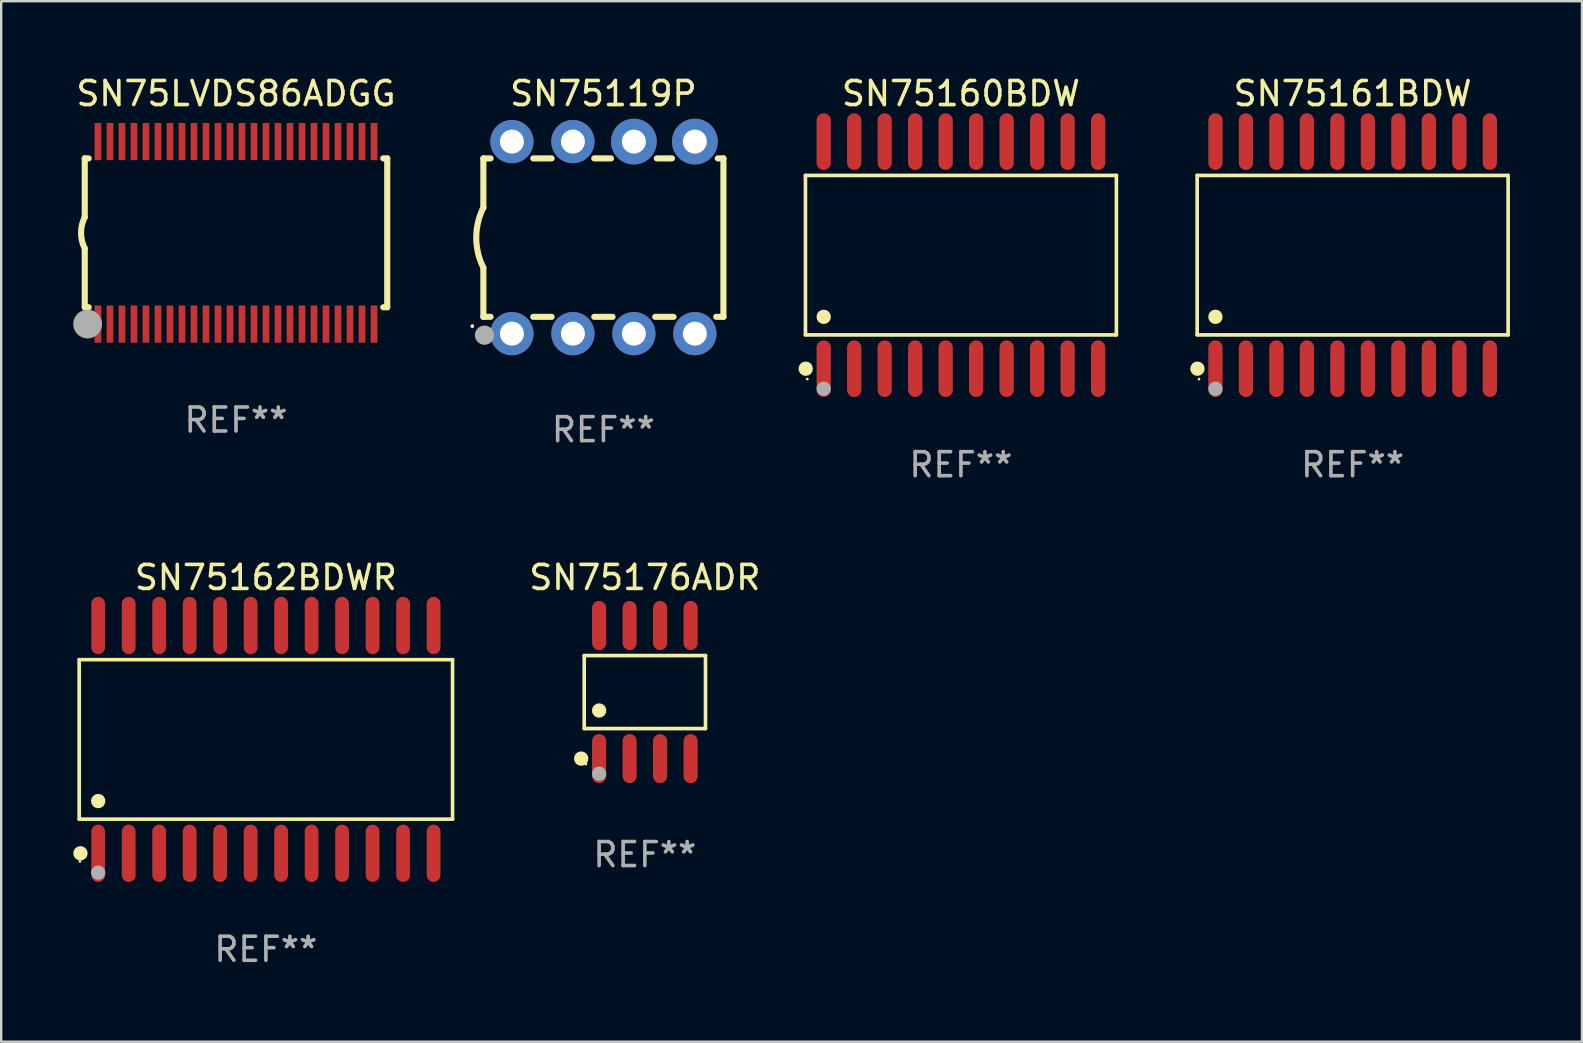
<source format=kicad_pcb>
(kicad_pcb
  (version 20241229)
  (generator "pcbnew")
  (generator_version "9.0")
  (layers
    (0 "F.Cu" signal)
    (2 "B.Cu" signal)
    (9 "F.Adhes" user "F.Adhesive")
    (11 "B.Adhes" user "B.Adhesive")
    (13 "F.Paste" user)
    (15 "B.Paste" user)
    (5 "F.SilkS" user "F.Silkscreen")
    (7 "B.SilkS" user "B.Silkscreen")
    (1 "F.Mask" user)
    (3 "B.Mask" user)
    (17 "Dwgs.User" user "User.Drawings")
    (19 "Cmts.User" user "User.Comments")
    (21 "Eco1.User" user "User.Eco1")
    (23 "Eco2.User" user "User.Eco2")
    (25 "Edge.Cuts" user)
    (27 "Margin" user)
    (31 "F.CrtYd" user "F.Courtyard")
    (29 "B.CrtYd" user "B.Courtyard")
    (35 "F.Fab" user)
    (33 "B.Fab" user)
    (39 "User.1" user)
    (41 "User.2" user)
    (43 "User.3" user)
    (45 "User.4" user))
  (footprint "SN75160BDW"
    (layer "F.Cu")
    (at 36.976 7.578)
    (property "Reference" "SN75160BDW" (at 0 -6.73 0) (layer "F.SilkS") (effects (font (size 1 1) (thickness 0.15))))
    (attr through_hole)
    (fp_line (start -6.476 -3.321) (end 6.476 -3.321) (stroke (width 0.152) (type solid)) (layer "F.SilkS"))
    (fp_line (start -6.476 3.321) (end -6.476 -3.321) (stroke (width 0.152) (type solid)) (layer "F.SilkS"))
    (fp_line (start 6.476 -3.321) (end 6.476 3.321) (stroke (width 0.152) (type solid)) (layer "F.SilkS"))
    (fp_line (start 6.476 3.321) (end -6.476 3.321) (stroke (width 0.152) (type solid)) (layer "F.SilkS"))
    (fp_circle (center -6.465 4.73) (end -6.315 4.73) (stroke (width 0.3) (type solid)) (fill no) (layer "F.SilkS"))
    (fp_circle (center -6.4 5.163) (end -6.37 5.163) (stroke (width 0.06) (type solid)) (fill no) (layer "F.SilkS"))
    (fp_circle (center -5.715 2.569) (end -5.565 2.569) (stroke (width 0.3) (type solid)) (fill no) (layer "F.SilkS"))
    (fp_circle (center -5.715 5.563) (end -5.565 5.563) (stroke (width 0.3) (type solid)) (fill no) (layer "F.Fab"))
    (fp_text user "REF**" (at 0 8.73 0) (layer "F.Fab") (effects (font (size 1 1) (thickness 0.15))))
    (pad "1" smd oval (at -5.715 4.73) (size 0.595 2.36) (layers "F.Cu" "F.Mask" "F.Paste"))
    (pad "2" smd oval (at -4.445 4.73) (size 0.595 2.36) (layers "F.Cu" "F.Mask" "F.Paste"))
    (pad "3" smd oval (at -3.175 4.73) (size 0.595 2.36) (layers "F.Cu" "F.Mask" "F.Paste"))
    (pad "4" smd oval (at -1.905 4.73) (size 0.595 2.36) (layers "F.Cu" "F.Mask" "F.Paste"))
    (pad "5" smd oval (at -0.635 4.73) (size 0.595 2.36) (layers "F.Cu" "F.Mask" "F.Paste"))
    (pad "6" smd oval (at 0.635 4.73) (size 0.595 2.36) (layers "F.Cu" "F.Mask" "F.Paste"))
    (pad "7" smd oval (at 1.905 4.73) (size 0.595 2.36) (layers "F.Cu" "F.Mask" "F.Paste"))
    (pad "8" smd oval (at 3.175 4.73) (size 0.595 2.36) (layers "F.Cu" "F.Mask" "F.Paste"))
    (pad "9" smd oval (at 4.445 4.73) (size 0.595 2.36) (layers "F.Cu" "F.Mask" "F.Paste"))
    (pad "10" smd oval (at 5.715 4.73) (size 0.595 2.36) (layers "F.Cu" "F.Mask" "F.Paste"))
    (pad "11" smd oval (at 5.715 -4.73) (size 0.595 2.36) (layers "F.Cu" "F.Mask" "F.Paste"))
    (pad "12" smd oval (at 4.445 -4.73) (size 0.595 2.36) (layers "F.Cu" "F.Mask" "F.Paste"))
    (pad "13" smd oval (at 3.175 -4.73) (size 0.595 2.36) (layers "F.Cu" "F.Mask" "F.Paste"))
    (pad "14" smd oval (at 1.905 -4.73) (size 0.595 2.36) (layers "F.Cu" "F.Mask" "F.Paste"))
    (pad "15" smd oval (at 0.635 -4.73) (size 0.595 2.36) (layers "F.Cu" "F.Mask" "F.Paste"))
    (pad "16" smd oval (at -0.635 -4.73) (size 0.595 2.36) (layers "F.Cu" "F.Mask" "F.Paste"))
    (pad "17" smd oval (at -1.905 -4.73) (size 0.595 2.36) (layers "F.Cu" "F.Mask" "F.Paste"))
    (pad "18" smd oval (at -3.175 -4.73) (size 0.595 2.36) (layers "F.Cu" "F.Mask" "F.Paste"))
    (pad "19" smd oval (at -4.445 -4.73) (size 0.595 2.36) (layers "F.Cu" "F.Mask" "F.Paste"))
    (pad "20" smd oval (at -5.715 -4.73) (size 0.595 2.36) (layers "F.Cu" "F.Mask" "F.Paste")))
  (footprint "SN75119P"
    (layer "F.Cu")
    (at 22.084 6.848)
    (property "Reference" "SN75119P" (at 0 -6 0) (layer "F.SilkS") (effects (font (size 1 1) (thickness 0.15))))
    (attr through_hole)
    (fp_line (start -5 -3.3) (end -5 -1.25) (stroke (width 0.254) (type solid)) (layer "F.SilkS"))
    (fp_line (start -5 -3.3) (end -4.698 -3.3) (stroke (width 0.254) (type solid)) (layer "F.SilkS"))
    (fp_line (start -5 3.3) (end -5 1.25) (stroke (width 0.254) (type solid)) (layer "F.SilkS"))
    (fp_line (start -5 3.3) (end -4.698 3.3) (stroke (width 0.254) (type solid)) (layer "F.SilkS"))
    (fp_line (start -2.922 -3.3) (end -2.158 -3.3) (stroke (width 0.254) (type solid)) (layer "F.SilkS"))
    (fp_line (start -2.922 3.3) (end -2.158 3.3) (stroke (width 0.254) (type solid)) (layer "F.SilkS"))
    (fp_line (start -0.382 -3.3) (end 0.316 -3.3) (stroke (width 0.254) (type solid)) (layer "F.SilkS"))
    (fp_line (start -0.382 3.3) (end 0.382 3.3) (stroke (width 0.254) (type solid)) (layer "F.SilkS"))
    (fp_line (start 2.158 3.3) (end 2.922 3.3) (stroke (width 0.254) (type solid)) (layer "F.SilkS"))
    (fp_line (start 2.224 -3.3) (end 2.856 -3.3) (stroke (width 0.254) (type solid)) (layer "F.SilkS"))
    (fp_line (start 4.698 3.3) (end 5 3.3) (stroke (width 0.254) (type solid)) (layer "F.SilkS"))
    (fp_line (start 4.764 -3.3) (end 5 -3.3) (stroke (width 0.254) (type solid)) (layer "F.SilkS"))
    (fp_line (start 5 -3.3) (end 5 3.3) (stroke (width 0.254) (type solid)) (layer "F.SilkS"))
    (fp_arc (start -5.46124 3.694259) (mid -5.461175 3.688632) (end -5.460986 3.683007) (stroke (width 0.149987) (type solid)) (layer "F.SilkS"))
    (fp_arc (start -5.00127 1.249682) (mid -5.295892 -0.000313) (end -5.000025 -1.250013) (stroke (width 0.254001) (type solid)) (layer "F.SilkS"))
    (fp_circle (center -4.795 4.237) (end -4.765 4.237) (stroke (width 0.06) (type solid)) (fill no) (layer "F.SilkS"))
    (fp_circle (center -4.953 4.064) (end -4.753 4.064) (stroke (width 0.4) (type solid)) (fill no) (layer "F.Fab"))
    (fp_text user "REF**" (at 0 8 0) (layer "F.Fab") (effects (font (size 1 1) (thickness 0.15))))
    (pad "1" thru_hole circle (at -3.81 4) (size 1.8 1.8) (drill 1) (layers "*.Cu" "*.Mask"))
    (pad "2" thru_hole circle (at -1.27 4) (size 1.8 1.8) (drill 1) (layers "*.Cu" "*.Mask"))
    (pad "3" thru_hole circle (at 1.27 4) (size 1.8 1.8) (drill 1) (layers "*.Cu" "*.Mask"))
    (pad "4" thru_hole circle (at 3.81 4) (size 1.8 1.8) (drill 1) (layers "*.Cu" "*.Mask"))
    (pad "5" thru_hole circle (at 3.81 -4) (size 1.905 1.905) (drill 1) (layers "*.Cu" "*.Mask"))
    (pad "6" thru_hole circle (at 1.27 -4) (size 1.905 1.905) (drill 1) (layers "*.Cu" "*.Mask"))
    (pad "7" thru_hole circle (at -1.27 -4) (size 1.8 1.8) (drill 1) (layers "*.Cu" "*.Mask"))
    (pad "8" thru_hole circle (at -3.81 -4) (size 1.8 1.8) (drill 1) (layers "*.Cu" "*.Mask")))
  (footprint "SN75LVDS86ADGG"
    (layer "F.Cu")
    (at 6.78 6.648)
    (property "Reference" "SN75LVDS86ADGG" (at 0 -5.8 0) (layer "F.SilkS") (effects (font (size 1 1) (thickness 0.15))))
    (attr through_hole)
    (fp_line (start -6.3 -3.1) (end -6.3 -0.65) (stroke (width 0.254) (type solid)) (layer "F.SilkS"))
    (fp_line (start -6.3 -3.1) (end -6.134 -3.1) (stroke (width 0.254) (type solid)) (layer "F.SilkS"))
    (fp_line (start -6.3 3.1) (end -6.3 0.65) (stroke (width 0.254) (type solid)) (layer "F.SilkS"))
    (fp_line (start -6.3 3.1) (end -6.134 3.1) (stroke (width 0.254) (type solid)) (layer "F.SilkS"))
    (fp_line (start 6.134 -3.1) (end 6.3 -3.1) (stroke (width 0.254) (type solid)) (layer "F.SilkS"))
    (fp_line (start 6.134 3.1) (end 6.3 3.1) (stroke (width 0.254) (type solid)) (layer "F.SilkS"))
    (fp_line (start 6.3 -3.1) (end 6.3 3.1) (stroke (width 0.254) (type solid)) (layer "F.SilkS"))
    (fp_arc (start -6.301016 0.650114) (mid -6.45413 -0.000082) (end -6.3 -0.650038) (stroke (width 0.254001) (type solid)) (layer "F.SilkS"))
    (fp_circle (center -6.35 3.81) (end -6.223 3.81) (stroke (width 0.254) (type solid)) (fill no) (layer "F.SilkS"))
    (fp_circle (center -6.25 4.05) (end -6.22 4.05) (stroke (width 0.06) (type solid)) (fill no) (layer "F.SilkS"))
    (fp_circle (center -6.18 3.8) (end -5.88 3.8) (stroke (width 0.6) (type solid)) (fill no) (layer "F.Fab"))
    (fp_text user "REF**" (at 0 7.8 0) (layer "F.Fab") (effects (font (size 1 1) (thickness 0.15))))
    (pad "1" smd rect (at -5.75 3.8) (size 0.28 1.55) (layers "F.Cu" "F.Mask" "F.Paste"))
    (pad "2" smd rect (at -5.25 3.8) (size 0.28 1.55) (layers "F.Cu" "F.Mask" "F.Paste"))
    (pad "3" smd rect (at -4.75 3.8) (size 0.28 1.55) (layers "F.Cu" "F.Mask" "F.Paste"))
    (pad "4" smd rect (at -4.25 3.8) (size 0.28 1.55) (layers "F.Cu" "F.Mask" "F.Paste"))
    (pad "5" smd rect (at -3.75 3.8) (size 0.28 1.55) (layers "F.Cu" "F.Mask" "F.Paste"))
    (pad "6" smd rect (at -3.25 3.8) (size 0.28 1.55) (layers "F.Cu" "F.Mask" "F.Paste"))
    (pad "7" smd rect (at -2.75 3.8) (size 0.28 1.55) (layers "F.Cu" "F.Mask" "F.Paste"))
    (pad "8" smd rect (at -2.25 3.8) (size 0.28 1.55) (layers "F.Cu" "F.Mask" "F.Paste"))
    (pad "9" smd rect (at -1.75 3.8) (size 0.28 1.55) (layers "F.Cu" "F.Mask" "F.Paste"))
    (pad "10" smd rect (at -1.25 3.8) (size 0.28 1.55) (layers "F.Cu" "F.Mask" "F.Paste"))
    (pad "11" smd rect (at -0.75 3.8) (size 0.28 1.55) (layers "F.Cu" "F.Mask" "F.Paste"))
    (pad "12" smd rect (at -0.25 3.8) (size 0.28 1.55) (layers "F.Cu" "F.Mask" "F.Paste"))
    (pad "13" smd rect (at 0.25 3.8) (size 0.28 1.55) (layers "F.Cu" "F.Mask" "F.Paste"))
    (pad "14" smd rect (at 0.75 3.8) (size 0.28 1.55) (layers "F.Cu" "F.Mask" "F.Paste"))
    (pad "15" smd rect (at 1.25 3.8) (size 0.28 1.55) (layers "F.Cu" "F.Mask" "F.Paste"))
    (pad "16" smd rect (at 1.75 3.8) (size 0.28 1.55) (layers "F.Cu" "F.Mask" "F.Paste"))
    (pad "17" smd rect (at 2.25 3.8) (size 0.28 1.55) (layers "F.Cu" "F.Mask" "F.Paste"))
    (pad "18" smd rect (at 2.75 3.8) (size 0.28 1.55) (layers "F.Cu" "F.Mask" "F.Paste"))
    (pad "19" smd rect (at 3.25 3.8) (size 0.28 1.55) (layers "F.Cu" "F.Mask" "F.Paste"))
    (pad "20" smd rect (at 3.75 3.8) (size 0.28 1.55) (layers "F.Cu" "F.Mask" "F.Paste"))
    (pad "21" smd rect (at 4.25 3.8) (size 0.28 1.55) (layers "F.Cu" "F.Mask" "F.Paste"))
    (pad "22" smd rect (at 4.75 3.8) (size 0.28 1.55) (layers "F.Cu" "F.Mask" "F.Paste"))
    (pad "23" smd rect (at 5.25 3.8) (size 0.28 1.55) (layers "F.Cu" "F.Mask" "F.Paste"))
    (pad "24" smd rect (at 5.75 3.8) (size 0.28 1.55) (layers "F.Cu" "F.Mask" "F.Paste"))
    (pad "25" smd rect (at 5.75 -3.8) (size 0.28 1.55) (layers "F.Cu" "F.Mask" "F.Paste"))
    (pad "26" smd rect (at 5.25 -3.8) (size 0.28 1.55) (layers "F.Cu" "F.Mask" "F.Paste"))
    (pad "27" smd rect (at 4.75 -3.8) (size 0.28 1.55) (layers "F.Cu" "F.Mask" "F.Paste"))
    (pad "28" smd rect (at 4.25 -3.8) (size 0.28 1.55) (layers "F.Cu" "F.Mask" "F.Paste"))
    (pad "29" smd rect (at 3.75 -3.8) (size 0.28 1.55) (layers "F.Cu" "F.Mask" "F.Paste"))
    (pad "30" smd rect (at 3.25 -3.8) (size 0.28 1.55) (layers "F.Cu" "F.Mask" "F.Paste"))
    (pad "31" smd rect (at 2.75 -3.8) (size 0.28 1.55) (layers "F.Cu" "F.Mask" "F.Paste"))
    (pad "32" smd rect (at 2.25 -3.8) (size 0.28 1.55) (layers "F.Cu" "F.Mask" "F.Paste"))
    (pad "33" smd rect (at 1.75 -3.8) (size 0.28 1.55) (layers "F.Cu" "F.Mask" "F.Paste"))
    (pad "34" smd rect (at 1.25 -3.8) (size 0.28 1.55) (layers "F.Cu" "F.Mask" "F.Paste"))
    (pad "35" smd rect (at 0.75 -3.8) (size 0.28 1.55) (layers "F.Cu" "F.Mask" "F.Paste"))
    (pad "36" smd rect (at 0.25 -3.8) (size 0.28 1.55) (layers "F.Cu" "F.Mask" "F.Paste"))
    (pad "37" smd rect (at -0.25 -3.8) (size 0.28 1.55) (layers "F.Cu" "F.Mask" "F.Paste"))
    (pad "38" smd rect (at -0.75 -3.8) (size 0.28 1.55) (layers "F.Cu" "F.Mask" "F.Paste"))
    (pad "39" smd rect (at -1.25 -3.8) (size 0.28 1.55) (layers "F.Cu" "F.Mask" "F.Paste"))
    (pad "40" smd rect (at -1.75 -3.8) (size 0.28 1.55) (layers "F.Cu" "F.Mask" "F.Paste"))
    (pad "41" smd rect (at -2.25 -3.8) (size 0.28 1.55) (layers "F.Cu" "F.Mask" "F.Paste"))
    (pad "42" smd rect (at -2.75 -3.8) (size 0.28 1.55) (layers "F.Cu" "F.Mask" "F.Paste"))
    (pad "43" smd rect (at -3.25 -3.8) (size 0.28 1.55) (layers "F.Cu" "F.Mask" "F.Paste"))
    (pad "44" smd rect (at -3.75 -3.8) (size 0.28 1.55) (layers "F.Cu" "F.Mask" "F.Paste"))
    (pad "45" smd rect (at -4.25 -3.8) (size 0.28 1.55) (layers "F.Cu" "F.Mask" "F.Paste"))
    (pad "46" smd rect (at -4.75 -3.8) (size 0.28 1.55) (layers "F.Cu" "F.Mask" "F.Paste"))
    (pad "47" smd rect (at -5.25 -3.8) (size 0.28 1.55) (layers "F.Cu" "F.Mask" "F.Paste"))
    (pad "48" smd rect (at -5.75 -3.8) (size 0.28 1.55) (layers "F.Cu" "F.Mask" "F.Paste")))
  (footprint "SN75176ADR"
    (layer "F.Cu")
    (at 23.811 25.777)
    (property "Reference" "SN75176ADR" (at 0 -4.772 0) (layer "F.SilkS") (effects (font (size 1 1) (thickness 0.15))))
    (attr through_hole)
    (fp_line (start -2.526 -1.521) (end 2.526 -1.521) (stroke (width 0.152) (type solid)) (layer "F.SilkS"))
    (fp_line (start -2.526 1.521) (end -2.526 -1.521) (stroke (width 0.152) (type solid)) (layer "F.SilkS"))
    (fp_line (start 2.526 -1.521) (end 2.526 1.521) (stroke (width 0.152) (type solid)) (layer "F.SilkS"))
    (fp_line (start 2.526 1.521) (end -2.526 1.521) (stroke (width 0.152) (type solid)) (layer "F.SilkS"))
    (fp_circle (center -2.652 2.772) (end -2.501 2.772) (stroke (width 0.3) (type solid)) (fill no) (layer "F.SilkS"))
    (fp_circle (center -2.45 3) (end -2.42 3) (stroke (width 0.06) (type solid)) (fill no) (layer "F.SilkS"))
    (fp_circle (center -1.905 0.769) (end -1.755 0.769) (stroke (width 0.3) (type solid)) (fill no) (layer "F.SilkS"))
    (fp_circle (center -1.905 3.4) (end -1.755 3.4) (stroke (width 0.3) (type solid)) (fill no) (layer "F.Fab"))
    (fp_text user "REF**" (at 0 6.772 0) (layer "F.Fab") (effects (font (size 1 1) (thickness 0.15))))
    (pad "1" smd oval (at -1.905 2.772) (size 0.588 2.045) (layers "F.Cu" "F.Mask" "F.Paste"))
    (pad "2" smd oval (at -0.635 2.772) (size 0.588 2.045) (layers "F.Cu" "F.Mask" "F.Paste"))
    (pad "3" smd oval (at 0.635 2.772) (size 0.588 2.045) (layers "F.Cu" "F.Mask" "F.Paste"))
    (pad "4" smd oval (at 1.905 2.772) (size 0.588 2.045) (layers "F.Cu" "F.Mask" "F.Paste"))
    (pad "5" smd oval (at 1.905 -2.772) (size 0.588 2.045) (layers "F.Cu" "F.Mask" "F.Paste"))
    (pad "6" smd oval (at 0.635 -2.772) (size 0.588 2.045) (layers "F.Cu" "F.Mask" "F.Paste"))
    (pad "7" smd oval (at -0.635 -2.772) (size 0.588 2.045) (layers "F.Cu" "F.Mask" "F.Paste"))
    (pad "8" smd oval (at -1.905 -2.772) (size 0.588 2.045) (layers "F.Cu" "F.Mask" "F.Paste")))
  (footprint "SN75162BDWR"
    (layer "F.Cu")
    (at 8.025 27.749)
    (property "Reference" "SN75162BDWR" (at 0 -6.744 0) (layer "F.SilkS") (effects (font (size 1 1) (thickness 0.15))))
    (attr through_hole)
    (fp_line (start -7.776 -3.321) (end 7.776 -3.321) (stroke (width 0.152) (type solid)) (layer "F.SilkS"))
    (fp_line (start -7.776 3.321) (end -7.776 -3.321) (stroke (width 0.152) (type solid)) (layer "F.SilkS"))
    (fp_line (start 7.776 -3.321) (end 7.776 3.321) (stroke (width 0.152) (type solid)) (layer "F.SilkS"))
    (fp_line (start 7.776 3.321) (end -7.776 3.321) (stroke (width 0.152) (type solid)) (layer "F.SilkS"))
    (fp_circle (center -7.747 5.08) (end -7.717 5.08) (stroke (width 0.06) (type solid)) (fill no) (layer "F.SilkS"))
    (fp_circle (center -7.724 4.744) (end -7.574 4.744) (stroke (width 0.3) (type solid)) (fill no) (layer "F.SilkS"))
    (fp_circle (center -6.985 2.569) (end -6.835 2.569) (stroke (width 0.3) (type solid)) (fill no) (layer "F.SilkS"))
    (fp_circle (center -6.985 5.55) (end -6.835 5.55) (stroke (width 0.3) (type solid)) (fill no) (layer "F.Fab"))
    (fp_text user "REF**" (at 0 8.744 0) (layer "F.Fab") (effects (font (size 1 1) (thickness 0.15))))
    (pad "1" smd oval (at -6.985 4.744) (size 0.574 2.388) (layers "F.Cu" "F.Mask" "F.Paste"))
    (pad "2" smd oval (at -5.715 4.744) (size 0.574 2.388) (layers "F.Cu" "F.Mask" "F.Paste"))
    (pad "3" smd oval (at -4.445 4.744) (size 0.574 2.388) (layers "F.Cu" "F.Mask" "F.Paste"))
    (pad "4" smd oval (at -3.175 4.744) (size 0.574 2.388) (layers "F.Cu" "F.Mask" "F.Paste"))
    (pad "5" smd oval (at -1.905 4.744) (size 0.574 2.388) (layers "F.Cu" "F.Mask" "F.Paste"))
    (pad "6" smd oval (at -0.635 4.744) (size 0.574 2.388) (layers "F.Cu" "F.Mask" "F.Paste"))
    (pad "7" smd oval (at 0.635 4.744) (size 0.574 2.388) (layers "F.Cu" "F.Mask" "F.Paste"))
    (pad "8" smd oval (at 1.905 4.744) (size 0.574 2.388) (layers "F.Cu" "F.Mask" "F.Paste"))
    (pad "9" smd oval (at 3.175 4.744) (size 0.574 2.388) (layers "F.Cu" "F.Mask" "F.Paste"))
    (pad "10" smd oval (at 4.445 4.744) (size 0.574 2.388) (layers "F.Cu" "F.Mask" "F.Paste"))
    (pad "11" smd oval (at 5.715 4.744) (size 0.574 2.388) (layers "F.Cu" "F.Mask" "F.Paste"))
    (pad "12" smd oval (at 6.985 4.744) (size 0.574 2.388) (layers "F.Cu" "F.Mask" "F.Paste"))
    (pad "13" smd oval (at 6.985 -4.744) (size 0.574 2.388) (layers "F.Cu" "F.Mask" "F.Paste"))
    (pad "14" smd oval (at 5.715 -4.744) (size 0.574 2.388) (layers "F.Cu" "F.Mask" "F.Paste"))
    (pad "15" smd oval (at 4.445 -4.744) (size 0.574 2.388) (layers "F.Cu" "F.Mask" "F.Paste"))
    (pad "16" smd oval (at 3.175 -4.744) (size 0.574 2.388) (layers "F.Cu" "F.Mask" "F.Paste"))
    (pad "17" smd oval (at 1.905 -4.744) (size 0.574 2.388) (layers "F.Cu" "F.Mask" "F.Paste"))
    (pad "18" smd oval (at 0.635 -4.744) (size 0.574 2.388) (layers "F.Cu" "F.Mask" "F.Paste"))
    (pad "19" smd oval (at -0.635 -4.744) (size 0.574 2.388) (layers "F.Cu" "F.Mask" "F.Paste"))
    (pad "20" smd oval (at -1.905 -4.744) (size 0.574 2.388) (layers "F.Cu" "F.Mask" "F.Paste"))
    (pad "21" smd oval (at -3.175 -4.744) (size 0.574 2.388) (layers "F.Cu" "F.Mask" "F.Paste"))
    (pad "22" smd oval (at -4.445 -4.744) (size 0.574 2.388) (layers "F.Cu" "F.Mask" "F.Paste"))
    (pad "23" smd oval (at -5.715 -4.744) (size 0.574 2.388) (layers "F.Cu" "F.Mask" "F.Paste"))
    (pad "24" smd oval (at -6.985 -4.744) (size 0.574 2.388) (layers "F.Cu" "F.Mask" "F.Paste")))
  (footprint "SN75161BDW"
    (layer "F.Cu")
    (at 53.293 7.578)
    (property "Reference" "SN75161BDW" (at 0 -6.73 0) (layer "F.SilkS") (effects (font (size 1 1) (thickness 0.15))))
    (attr through_hole)
    (fp_line (start -6.476 -3.321) (end 6.476 -3.321) (stroke (width 0.152) (type solid)) (layer "F.SilkS"))
    (fp_line (start -6.476 3.321) (end -6.476 -3.321) (stroke (width 0.152) (type solid)) (layer "F.SilkS"))
    (fp_line (start 6.476 -3.321) (end 6.476 3.321) (stroke (width 0.152) (type solid)) (layer "F.SilkS"))
    (fp_line (start 6.476 3.321) (end -6.476 3.321) (stroke (width 0.152) (type solid)) (layer "F.SilkS"))
    (fp_circle (center -6.465 4.73) (end -6.315 4.73) (stroke (width 0.3) (type solid)) (fill no) (layer "F.SilkS"))
    (fp_circle (center -6.4 5.163) (end -6.37 5.163) (stroke (width 0.06) (type solid)) (fill no) (layer "F.SilkS"))
    (fp_circle (center -5.715 2.569) (end -5.565 2.569) (stroke (width 0.3) (type solid)) (fill no) (layer "F.SilkS"))
    (fp_circle (center -5.715 5.563) (end -5.565 5.563) (stroke (width 0.3) (type solid)) (fill no) (layer "F.Fab"))
    (fp_text user "REF**" (at 0 8.73 0) (layer "F.Fab") (effects (font (size 1 1) (thickness 0.15))))
    (pad "1" smd oval (at -5.715 4.73) (size 0.595 2.36) (layers "F.Cu" "F.Mask" "F.Paste"))
    (pad "2" smd oval (at -4.445 4.73) (size 0.595 2.36) (layers "F.Cu" "F.Mask" "F.Paste"))
    (pad "3" smd oval (at -3.175 4.73) (size 0.595 2.36) (layers "F.Cu" "F.Mask" "F.Paste"))
    (pad "4" smd oval (at -1.905 4.73) (size 0.595 2.36) (layers "F.Cu" "F.Mask" "F.Paste"))
    (pad "5" smd oval (at -0.635 4.73) (size 0.595 2.36) (layers "F.Cu" "F.Mask" "F.Paste"))
    (pad "6" smd oval (at 0.635 4.73) (size 0.595 2.36) (layers "F.Cu" "F.Mask" "F.Paste"))
    (pad "7" smd oval (at 1.905 4.73) (size 0.595 2.36) (layers "F.Cu" "F.Mask" "F.Paste"))
    (pad "8" smd oval (at 3.175 4.73) (size 0.595 2.36) (layers "F.Cu" "F.Mask" "F.Paste"))
    (pad "9" smd oval (at 4.445 4.73) (size 0.595 2.36) (layers "F.Cu" "F.Mask" "F.Paste"))
    (pad "10" smd oval (at 5.715 4.73) (size 0.595 2.36) (layers "F.Cu" "F.Mask" "F.Paste"))
    (pad "11" smd oval (at 5.715 -4.73) (size 0.595 2.36) (layers "F.Cu" "F.Mask" "F.Paste"))
    (pad "12" smd oval (at 4.445 -4.73) (size 0.595 2.36) (layers "F.Cu" "F.Mask" "F.Paste"))
    (pad "13" smd oval (at 3.175 -4.73) (size 0.595 2.36) (layers "F.Cu" "F.Mask" "F.Paste"))
    (pad "14" smd oval (at 1.905 -4.73) (size 0.595 2.36) (layers "F.Cu" "F.Mask" "F.Paste"))
    (pad "15" smd oval (at 0.635 -4.73) (size 0.595 2.36) (layers "F.Cu" "F.Mask" "F.Paste"))
    (pad "16" smd oval (at -0.635 -4.73) (size 0.595 2.36) (layers "F.Cu" "F.Mask" "F.Paste"))
    (pad "17" smd oval (at -1.905 -4.73) (size 0.595 2.36) (layers "F.Cu" "F.Mask" "F.Paste"))
    (pad "18" smd oval (at -3.175 -4.73) (size 0.595 2.36) (layers "F.Cu" "F.Mask" "F.Paste"))
    (pad "19" smd oval (at -4.445 -4.73) (size 0.595 2.36) (layers "F.Cu" "F.Mask" "F.Paste"))
    (pad "20" smd oval (at -5.715 -4.73) (size 0.595 2.36) (layers "F.Cu" "F.Mask" "F.Paste")))
  (gr_rect
    (start -3 -3)
    (end 62.846 40.341)
    (stroke (width 0.1) (type default))
    (fill no)
    (layer "Edge.Cuts")))
</source>
